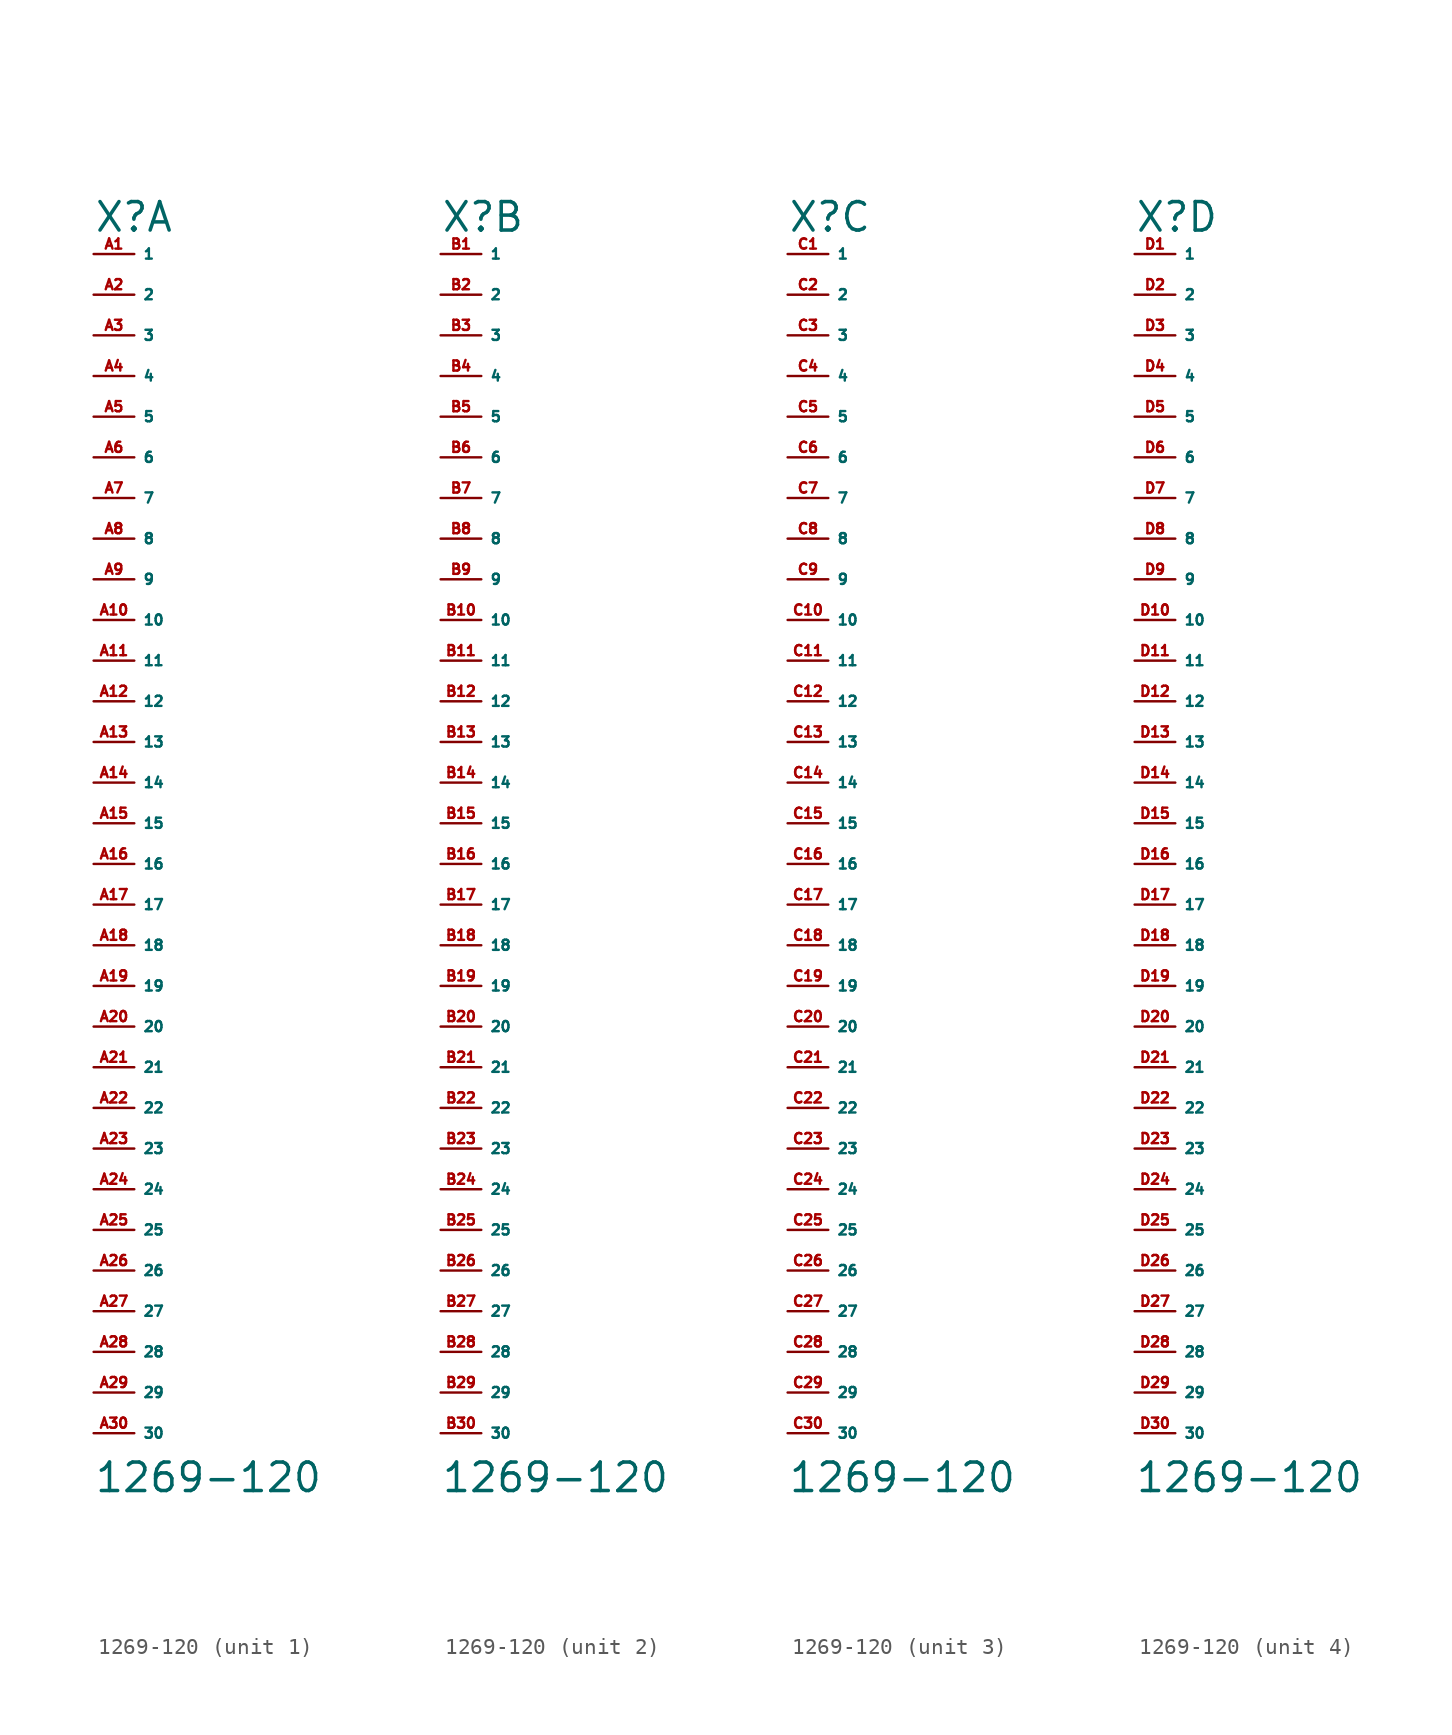
<source format=kicad_sym>
(kicad_symbol_lib
  (version 20220914)
  (generator Eagle2Kicad)
  (symbol "1269-120"
    (property "Reference" "X"
      (at -2.54 36.83 0)
      (effects (font (size 1.778 1.778) (thickness 0.22)) (justify left bottom)))
    (property "Value" "1269-120"
      (at -2.54 -41.91 0)
      (effects (font (size 1.778 1.778) (thickness 0.22)) (justify left bottom)))
    (symbol "1269-120_1_0"
      (pin passive line (at -2.54 35.56 0) (length 2.54) (name "1" (effects (font (size 0.635 0.635) (thickness 0.08)) (justify left bottom))) (number "A1" (effects (font (size 0.635 0.635) (thickness 0.08)) (justify left bottom))))
      (pin passive line (at -2.54 33.02 0) (length 2.54) (name "2" (effects (font (size 0.635 0.635) (thickness 0.08)) (justify left bottom))) (number "A2" (effects (font (size 0.635 0.635) (thickness 0.08)) (justify left bottom))))
      (pin passive line (at -2.54 30.48 0) (length 2.54) (name "3" (effects (font (size 0.635 0.635) (thickness 0.08)) (justify left bottom))) (number "A3" (effects (font (size 0.635 0.635) (thickness 0.08)) (justify left bottom))))
      (pin passive line (at -2.54 27.94 0) (length 2.54) (name "4" (effects (font (size 0.635 0.635) (thickness 0.08)) (justify left bottom))) (number "A4" (effects (font (size 0.635 0.635) (thickness 0.08)) (justify left bottom))))
      (pin passive line (at -2.54 25.4 0) (length 2.54) (name "5" (effects (font (size 0.635 0.635) (thickness 0.08)) (justify left bottom))) (number "A5" (effects (font (size 0.635 0.635) (thickness 0.08)) (justify left bottom))))
      (pin passive line (at -2.54 22.86 0) (length 2.54) (name "6" (effects (font (size 0.635 0.635) (thickness 0.08)) (justify left bottom))) (number "A6" (effects (font (size 0.635 0.635) (thickness 0.08)) (justify left bottom))))
      (pin passive line (at -2.54 20.32 0) (length 2.54) (name "7" (effects (font (size 0.635 0.635) (thickness 0.08)) (justify left bottom))) (number "A7" (effects (font (size 0.635 0.635) (thickness 0.08)) (justify left bottom))))
      (pin passive line (at -2.54 17.78 0) (length 2.54) (name "8" (effects (font (size 0.635 0.635) (thickness 0.08)) (justify left bottom))) (number "A8" (effects (font (size 0.635 0.635) (thickness 0.08)) (justify left bottom))))
      (pin passive line (at -2.54 15.24 0) (length 2.54) (name "9" (effects (font (size 0.635 0.635) (thickness 0.08)) (justify left bottom))) (number "A9" (effects (font (size 0.635 0.635) (thickness 0.08)) (justify left bottom))))
      (pin passive line (at -2.54 12.7 0) (length 2.54) (name "10" (effects (font (size 0.635 0.635) (thickness 0.08)) (justify left bottom))) (number "A10" (effects (font (size 0.635 0.635) (thickness 0.08)) (justify left bottom))))
      (pin passive line (at -2.54 10.16 0) (length 2.54) (name "11" (effects (font (size 0.635 0.635) (thickness 0.08)) (justify left bottom))) (number "A11" (effects (font (size 0.635 0.635) (thickness 0.08)) (justify left bottom))))
      (pin passive line (at -2.54 7.62 0) (length 2.54) (name "12" (effects (font (size 0.635 0.635) (thickness 0.08)) (justify left bottom))) (number "A12" (effects (font (size 0.635 0.635) (thickness 0.08)) (justify left bottom))))
      (pin passive line (at -2.54 5.08 0) (length 2.54) (name "13" (effects (font (size 0.635 0.635) (thickness 0.08)) (justify left bottom))) (number "A13" (effects (font (size 0.635 0.635) (thickness 0.08)) (justify left bottom))))
      (pin passive line (at -2.54 2.54 0) (length 2.54) (name "14" (effects (font (size 0.635 0.635) (thickness 0.08)) (justify left bottom))) (number "A14" (effects (font (size 0.635 0.635) (thickness 0.08)) (justify left bottom))))
      (pin passive line (at -2.54 0 0) (length 2.54) (name "15" (effects (font (size 0.635 0.635) (thickness 0.08)) (justify left bottom))) (number "A15" (effects (font (size 0.635 0.635) (thickness 0.08)) (justify left bottom))))
      (pin passive line (at -2.54 -2.54 0) (length 2.54) (name "16" (effects (font (size 0.635 0.635) (thickness 0.08)) (justify left bottom))) (number "A16" (effects (font (size 0.635 0.635) (thickness 0.08)) (justify left bottom))))
      (pin passive line (at -2.54 -5.08 0) (length 2.54) (name "17" (effects (font (size 0.635 0.635) (thickness 0.08)) (justify left bottom))) (number "A17" (effects (font (size 0.635 0.635) (thickness 0.08)) (justify left bottom))))
      (pin passive line (at -2.54 -7.62 0) (length 2.54) (name "18" (effects (font (size 0.635 0.635) (thickness 0.08)) (justify left bottom))) (number "A18" (effects (font (size 0.635 0.635) (thickness 0.08)) (justify left bottom))))
      (pin passive line (at -2.54 -10.16 0) (length 2.54) (name "19" (effects (font (size 0.635 0.635) (thickness 0.08)) (justify left bottom))) (number "A19" (effects (font (size 0.635 0.635) (thickness 0.08)) (justify left bottom))))
      (pin passive line (at -2.54 -12.7 0) (length 2.54) (name "20" (effects (font (size 0.635 0.635) (thickness 0.08)) (justify left bottom))) (number "A20" (effects (font (size 0.635 0.635) (thickness 0.08)) (justify left bottom))))
      (pin passive line (at -2.54 -15.24 0) (length 2.54) (name "21" (effects (font (size 0.635 0.635) (thickness 0.08)) (justify left bottom))) (number "A21" (effects (font (size 0.635 0.635) (thickness 0.08)) (justify left bottom))))
      (pin passive line (at -2.54 -17.78 0) (length 2.54) (name "22" (effects (font (size 0.635 0.635) (thickness 0.08)) (justify left bottom))) (number "A22" (effects (font (size 0.635 0.635) (thickness 0.08)) (justify left bottom))))
      (pin passive line (at -2.54 -20.32 0) (length 2.54) (name "23" (effects (font (size 0.635 0.635) (thickness 0.08)) (justify left bottom))) (number "A23" (effects (font (size 0.635 0.635) (thickness 0.08)) (justify left bottom))))
      (pin passive line (at -2.54 -22.86 0) (length 2.54) (name "24" (effects (font (size 0.635 0.635) (thickness 0.08)) (justify left bottom))) (number "A24" (effects (font (size 0.635 0.635) (thickness 0.08)) (justify left bottom))))
      (pin passive line (at -2.54 -25.4 0) (length 2.54) (name "25" (effects (font (size 0.635 0.635) (thickness 0.08)) (justify left bottom))) (number "A25" (effects (font (size 0.635 0.635) (thickness 0.08)) (justify left bottom))))
      (pin passive line (at -2.54 -27.94 0) (length 2.54) (name "26" (effects (font (size 0.635 0.635) (thickness 0.08)) (justify left bottom))) (number "A26" (effects (font (size 0.635 0.635) (thickness 0.08)) (justify left bottom))))
      (pin passive line (at -2.54 -30.48 0) (length 2.54) (name "27" (effects (font (size 0.635 0.635) (thickness 0.08)) (justify left bottom))) (number "A27" (effects (font (size 0.635 0.635) (thickness 0.08)) (justify left bottom))))
      (pin passive line (at -2.54 -33.02 0) (length 2.54) (name "28" (effects (font (size 0.635 0.635) (thickness 0.08)) (justify left bottom))) (number "A28" (effects (font (size 0.635 0.635) (thickness 0.08)) (justify left bottom))))
      (pin passive line (at -2.54 -35.56 0) (length 2.54) (name "29" (effects (font (size 0.635 0.635) (thickness 0.08)) (justify left bottom))) (number "A29" (effects (font (size 0.635 0.635) (thickness 0.08)) (justify left bottom))))
      (pin passive line (at -2.54 -38.1 0) (length 2.54) (name "30" (effects (font (size 0.635 0.635) (thickness 0.08)) (justify left bottom))) (number "A30" (effects (font (size 0.635 0.635) (thickness 0.08)) (justify left bottom)))))
    (symbol "1269-120_2_0"
      (pin passive line (at -2.54 35.56 0) (length 2.54) (name "1" (effects (font (size 0.635 0.635) (thickness 0.08)) (justify left bottom))) (number "B1" (effects (font (size 0.635 0.635) (thickness 0.08)) (justify left bottom))))
      (pin passive line (at -2.54 33.02 0) (length 2.54) (name "2" (effects (font (size 0.635 0.635) (thickness 0.08)) (justify left bottom))) (number "B2" (effects (font (size 0.635 0.635) (thickness 0.08)) (justify left bottom))))
      (pin passive line (at -2.54 30.48 0) (length 2.54) (name "3" (effects (font (size 0.635 0.635) (thickness 0.08)) (justify left bottom))) (number "B3" (effects (font (size 0.635 0.635) (thickness 0.08)) (justify left bottom))))
      (pin passive line (at -2.54 27.94 0) (length 2.54) (name "4" (effects (font (size 0.635 0.635) (thickness 0.08)) (justify left bottom))) (number "B4" (effects (font (size 0.635 0.635) (thickness 0.08)) (justify left bottom))))
      (pin passive line (at -2.54 25.4 0) (length 2.54) (name "5" (effects (font (size 0.635 0.635) (thickness 0.08)) (justify left bottom))) (number "B5" (effects (font (size 0.635 0.635) (thickness 0.08)) (justify left bottom))))
      (pin passive line (at -2.54 22.86 0) (length 2.54) (name "6" (effects (font (size 0.635 0.635) (thickness 0.08)) (justify left bottom))) (number "B6" (effects (font (size 0.635 0.635) (thickness 0.08)) (justify left bottom))))
      (pin passive line (at -2.54 20.32 0) (length 2.54) (name "7" (effects (font (size 0.635 0.635) (thickness 0.08)) (justify left bottom))) (number "B7" (effects (font (size 0.635 0.635) (thickness 0.08)) (justify left bottom))))
      (pin passive line (at -2.54 17.78 0) (length 2.54) (name "8" (effects (font (size 0.635 0.635) (thickness 0.08)) (justify left bottom))) (number "B8" (effects (font (size 0.635 0.635) (thickness 0.08)) (justify left bottom))))
      (pin passive line (at -2.54 15.24 0) (length 2.54) (name "9" (effects (font (size 0.635 0.635) (thickness 0.08)) (justify left bottom))) (number "B9" (effects (font (size 0.635 0.635) (thickness 0.08)) (justify left bottom))))
      (pin passive line (at -2.54 12.7 0) (length 2.54) (name "10" (effects (font (size 0.635 0.635) (thickness 0.08)) (justify left bottom))) (number "B10" (effects (font (size 0.635 0.635) (thickness 0.08)) (justify left bottom))))
      (pin passive line (at -2.54 10.16 0) (length 2.54) (name "11" (effects (font (size 0.635 0.635) (thickness 0.08)) (justify left bottom))) (number "B11" (effects (font (size 0.635 0.635) (thickness 0.08)) (justify left bottom))))
      (pin passive line (at -2.54 7.62 0) (length 2.54) (name "12" (effects (font (size 0.635 0.635) (thickness 0.08)) (justify left bottom))) (number "B12" (effects (font (size 0.635 0.635) (thickness 0.08)) (justify left bottom))))
      (pin passive line (at -2.54 5.08 0) (length 2.54) (name "13" (effects (font (size 0.635 0.635) (thickness 0.08)) (justify left bottom))) (number "B13" (effects (font (size 0.635 0.635) (thickness 0.08)) (justify left bottom))))
      (pin passive line (at -2.54 2.54 0) (length 2.54) (name "14" (effects (font (size 0.635 0.635) (thickness 0.08)) (justify left bottom))) (number "B14" (effects (font (size 0.635 0.635) (thickness 0.08)) (justify left bottom))))
      (pin passive line (at -2.54 0 0) (length 2.54) (name "15" (effects (font (size 0.635 0.635) (thickness 0.08)) (justify left bottom))) (number "B15" (effects (font (size 0.635 0.635) (thickness 0.08)) (justify left bottom))))
      (pin passive line (at -2.54 -2.54 0) (length 2.54) (name "16" (effects (font (size 0.635 0.635) (thickness 0.08)) (justify left bottom))) (number "B16" (effects (font (size 0.635 0.635) (thickness 0.08)) (justify left bottom))))
      (pin passive line (at -2.54 -5.08 0) (length 2.54) (name "17" (effects (font (size 0.635 0.635) (thickness 0.08)) (justify left bottom))) (number "B17" (effects (font (size 0.635 0.635) (thickness 0.08)) (justify left bottom))))
      (pin passive line (at -2.54 -7.62 0) (length 2.54) (name "18" (effects (font (size 0.635 0.635) (thickness 0.08)) (justify left bottom))) (number "B18" (effects (font (size 0.635 0.635) (thickness 0.08)) (justify left bottom))))
      (pin passive line (at -2.54 -10.16 0) (length 2.54) (name "19" (effects (font (size 0.635 0.635) (thickness 0.08)) (justify left bottom))) (number "B19" (effects (font (size 0.635 0.635) (thickness 0.08)) (justify left bottom))))
      (pin passive line (at -2.54 -12.7 0) (length 2.54) (name "20" (effects (font (size 0.635 0.635) (thickness 0.08)) (justify left bottom))) (number "B20" (effects (font (size 0.635 0.635) (thickness 0.08)) (justify left bottom))))
      (pin passive line (at -2.54 -15.24 0) (length 2.54) (name "21" (effects (font (size 0.635 0.635) (thickness 0.08)) (justify left bottom))) (number "B21" (effects (font (size 0.635 0.635) (thickness 0.08)) (justify left bottom))))
      (pin passive line (at -2.54 -17.78 0) (length 2.54) (name "22" (effects (font (size 0.635 0.635) (thickness 0.08)) (justify left bottom))) (number "B22" (effects (font (size 0.635 0.635) (thickness 0.08)) (justify left bottom))))
      (pin passive line (at -2.54 -20.32 0) (length 2.54) (name "23" (effects (font (size 0.635 0.635) (thickness 0.08)) (justify left bottom))) (number "B23" (effects (font (size 0.635 0.635) (thickness 0.08)) (justify left bottom))))
      (pin passive line (at -2.54 -22.86 0) (length 2.54) (name "24" (effects (font (size 0.635 0.635) (thickness 0.08)) (justify left bottom))) (number "B24" (effects (font (size 0.635 0.635) (thickness 0.08)) (justify left bottom))))
      (pin passive line (at -2.54 -25.4 0) (length 2.54) (name "25" (effects (font (size 0.635 0.635) (thickness 0.08)) (justify left bottom))) (number "B25" (effects (font (size 0.635 0.635) (thickness 0.08)) (justify left bottom))))
      (pin passive line (at -2.54 -27.94 0) (length 2.54) (name "26" (effects (font (size 0.635 0.635) (thickness 0.08)) (justify left bottom))) (number "B26" (effects (font (size 0.635 0.635) (thickness 0.08)) (justify left bottom))))
      (pin passive line (at -2.54 -30.48 0) (length 2.54) (name "27" (effects (font (size 0.635 0.635) (thickness 0.08)) (justify left bottom))) (number "B27" (effects (font (size 0.635 0.635) (thickness 0.08)) (justify left bottom))))
      (pin passive line (at -2.54 -33.02 0) (length 2.54) (name "28" (effects (font (size 0.635 0.635) (thickness 0.08)) (justify left bottom))) (number "B28" (effects (font (size 0.635 0.635) (thickness 0.08)) (justify left bottom))))
      (pin passive line (at -2.54 -35.56 0) (length 2.54) (name "29" (effects (font (size 0.635 0.635) (thickness 0.08)) (justify left bottom))) (number "B29" (effects (font (size 0.635 0.635) (thickness 0.08)) (justify left bottom))))
      (pin passive line (at -2.54 -38.1 0) (length 2.54) (name "30" (effects (font (size 0.635 0.635) (thickness 0.08)) (justify left bottom))) (number "B30" (effects (font (size 0.635 0.635) (thickness 0.08)) (justify left bottom)))))
    (symbol "1269-120_3_0"
      (pin passive line (at -2.54 35.56 0) (length 2.54) (name "1" (effects (font (size 0.635 0.635) (thickness 0.08)) (justify left bottom))) (number "C1" (effects (font (size 0.635 0.635) (thickness 0.08)) (justify left bottom))))
      (pin passive line (at -2.54 33.02 0) (length 2.54) (name "2" (effects (font (size 0.635 0.635) (thickness 0.08)) (justify left bottom))) (number "C2" (effects (font (size 0.635 0.635) (thickness 0.08)) (justify left bottom))))
      (pin passive line (at -2.54 30.48 0) (length 2.54) (name "3" (effects (font (size 0.635 0.635) (thickness 0.08)) (justify left bottom))) (number "C3" (effects (font (size 0.635 0.635) (thickness 0.08)) (justify left bottom))))
      (pin passive line (at -2.54 27.94 0) (length 2.54) (name "4" (effects (font (size 0.635 0.635) (thickness 0.08)) (justify left bottom))) (number "C4" (effects (font (size 0.635 0.635) (thickness 0.08)) (justify left bottom))))
      (pin passive line (at -2.54 25.4 0) (length 2.54) (name "5" (effects (font (size 0.635 0.635) (thickness 0.08)) (justify left bottom))) (number "C5" (effects (font (size 0.635 0.635) (thickness 0.08)) (justify left bottom))))
      (pin passive line (at -2.54 22.86 0) (length 2.54) (name "6" (effects (font (size 0.635 0.635) (thickness 0.08)) (justify left bottom))) (number "C6" (effects (font (size 0.635 0.635) (thickness 0.08)) (justify left bottom))))
      (pin passive line (at -2.54 20.32 0) (length 2.54) (name "7" (effects (font (size 0.635 0.635) (thickness 0.08)) (justify left bottom))) (number "C7" (effects (font (size 0.635 0.635) (thickness 0.08)) (justify left bottom))))
      (pin passive line (at -2.54 17.78 0) (length 2.54) (name "8" (effects (font (size 0.635 0.635) (thickness 0.08)) (justify left bottom))) (number "C8" (effects (font (size 0.635 0.635) (thickness 0.08)) (justify left bottom))))
      (pin passive line (at -2.54 15.24 0) (length 2.54) (name "9" (effects (font (size 0.635 0.635) (thickness 0.08)) (justify left bottom))) (number "C9" (effects (font (size 0.635 0.635) (thickness 0.08)) (justify left bottom))))
      (pin passive line (at -2.54 12.7 0) (length 2.54) (name "10" (effects (font (size 0.635 0.635) (thickness 0.08)) (justify left bottom))) (number "C10" (effects (font (size 0.635 0.635) (thickness 0.08)) (justify left bottom))))
      (pin passive line (at -2.54 10.16 0) (length 2.54) (name "11" (effects (font (size 0.635 0.635) (thickness 0.08)) (justify left bottom))) (number "C11" (effects (font (size 0.635 0.635) (thickness 0.08)) (justify left bottom))))
      (pin passive line (at -2.54 7.62 0) (length 2.54) (name "12" (effects (font (size 0.635 0.635) (thickness 0.08)) (justify left bottom))) (number "C12" (effects (font (size 0.635 0.635) (thickness 0.08)) (justify left bottom))))
      (pin passive line (at -2.54 5.08 0) (length 2.54) (name "13" (effects (font (size 0.635 0.635) (thickness 0.08)) (justify left bottom))) (number "C13" (effects (font (size 0.635 0.635) (thickness 0.08)) (justify left bottom))))
      (pin passive line (at -2.54 2.54 0) (length 2.54) (name "14" (effects (font (size 0.635 0.635) (thickness 0.08)) (justify left bottom))) (number "C14" (effects (font (size 0.635 0.635) (thickness 0.08)) (justify left bottom))))
      (pin passive line (at -2.54 0 0) (length 2.54) (name "15" (effects (font (size 0.635 0.635) (thickness 0.08)) (justify left bottom))) (number "C15" (effects (font (size 0.635 0.635) (thickness 0.08)) (justify left bottom))))
      (pin passive line (at -2.54 -2.54 0) (length 2.54) (name "16" (effects (font (size 0.635 0.635) (thickness 0.08)) (justify left bottom))) (number "C16" (effects (font (size 0.635 0.635) (thickness 0.08)) (justify left bottom))))
      (pin passive line (at -2.54 -5.08 0) (length 2.54) (name "17" (effects (font (size 0.635 0.635) (thickness 0.08)) (justify left bottom))) (number "C17" (effects (font (size 0.635 0.635) (thickness 0.08)) (justify left bottom))))
      (pin passive line (at -2.54 -7.62 0) (length 2.54) (name "18" (effects (font (size 0.635 0.635) (thickness 0.08)) (justify left bottom))) (number "C18" (effects (font (size 0.635 0.635) (thickness 0.08)) (justify left bottom))))
      (pin passive line (at -2.54 -10.16 0) (length 2.54) (name "19" (effects (font (size 0.635 0.635) (thickness 0.08)) (justify left bottom))) (number "C19" (effects (font (size 0.635 0.635) (thickness 0.08)) (justify left bottom))))
      (pin passive line (at -2.54 -12.7 0) (length 2.54) (name "20" (effects (font (size 0.635 0.635) (thickness 0.08)) (justify left bottom))) (number "C20" (effects (font (size 0.635 0.635) (thickness 0.08)) (justify left bottom))))
      (pin passive line (at -2.54 -15.24 0) (length 2.54) (name "21" (effects (font (size 0.635 0.635) (thickness 0.08)) (justify left bottom))) (number "C21" (effects (font (size 0.635 0.635) (thickness 0.08)) (justify left bottom))))
      (pin passive line (at -2.54 -17.78 0) (length 2.54) (name "22" (effects (font (size 0.635 0.635) (thickness 0.08)) (justify left bottom))) (number "C22" (effects (font (size 0.635 0.635) (thickness 0.08)) (justify left bottom))))
      (pin passive line (at -2.54 -20.32 0) (length 2.54) (name "23" (effects (font (size 0.635 0.635) (thickness 0.08)) (justify left bottom))) (number "C23" (effects (font (size 0.635 0.635) (thickness 0.08)) (justify left bottom))))
      (pin passive line (at -2.54 -22.86 0) (length 2.54) (name "24" (effects (font (size 0.635 0.635) (thickness 0.08)) (justify left bottom))) (number "C24" (effects (font (size 0.635 0.635) (thickness 0.08)) (justify left bottom))))
      (pin passive line (at -2.54 -25.4 0) (length 2.54) (name "25" (effects (font (size 0.635 0.635) (thickness 0.08)) (justify left bottom))) (number "C25" (effects (font (size 0.635 0.635) (thickness 0.08)) (justify left bottom))))
      (pin passive line (at -2.54 -27.94 0) (length 2.54) (name "26" (effects (font (size 0.635 0.635) (thickness 0.08)) (justify left bottom))) (number "C26" (effects (font (size 0.635 0.635) (thickness 0.08)) (justify left bottom))))
      (pin passive line (at -2.54 -30.48 0) (length 2.54) (name "27" (effects (font (size 0.635 0.635) (thickness 0.08)) (justify left bottom))) (number "C27" (effects (font (size 0.635 0.635) (thickness 0.08)) (justify left bottom))))
      (pin passive line (at -2.54 -33.02 0) (length 2.54) (name "28" (effects (font (size 0.635 0.635) (thickness 0.08)) (justify left bottom))) (number "C28" (effects (font (size 0.635 0.635) (thickness 0.08)) (justify left bottom))))
      (pin passive line (at -2.54 -35.56 0) (length 2.54) (name "29" (effects (font (size 0.635 0.635) (thickness 0.08)) (justify left bottom))) (number "C29" (effects (font (size 0.635 0.635) (thickness 0.08)) (justify left bottom))))
      (pin passive line (at -2.54 -38.1 0) (length 2.54) (name "30" (effects (font (size 0.635 0.635) (thickness 0.08)) (justify left bottom))) (number "C30" (effects (font (size 0.635 0.635) (thickness 0.08)) (justify left bottom)))))
    (symbol "1269-120_4_0"
      (pin passive line (at -2.54 35.56 0) (length 2.54) (name "1" (effects (font (size 0.635 0.635) (thickness 0.08)) (justify left bottom))) (number "D1" (effects (font (size 0.635 0.635) (thickness 0.08)) (justify left bottom))))
      (pin passive line (at -2.54 33.02 0) (length 2.54) (name "2" (effects (font (size 0.635 0.635) (thickness 0.08)) (justify left bottom))) (number "D2" (effects (font (size 0.635 0.635) (thickness 0.08)) (justify left bottom))))
      (pin passive line (at -2.54 30.48 0) (length 2.54) (name "3" (effects (font (size 0.635 0.635) (thickness 0.08)) (justify left bottom))) (number "D3" (effects (font (size 0.635 0.635) (thickness 0.08)) (justify left bottom))))
      (pin passive line (at -2.54 27.94 0) (length 2.54) (name "4" (effects (font (size 0.635 0.635) (thickness 0.08)) (justify left bottom))) (number "D4" (effects (font (size 0.635 0.635) (thickness 0.08)) (justify left bottom))))
      (pin passive line (at -2.54 25.4 0) (length 2.54) (name "5" (effects (font (size 0.635 0.635) (thickness 0.08)) (justify left bottom))) (number "D5" (effects (font (size 0.635 0.635) (thickness 0.08)) (justify left bottom))))
      (pin passive line (at -2.54 22.86 0) (length 2.54) (name "6" (effects (font (size 0.635 0.635) (thickness 0.08)) (justify left bottom))) (number "D6" (effects (font (size 0.635 0.635) (thickness 0.08)) (justify left bottom))))
      (pin passive line (at -2.54 20.32 0) (length 2.54) (name "7" (effects (font (size 0.635 0.635) (thickness 0.08)) (justify left bottom))) (number "D7" (effects (font (size 0.635 0.635) (thickness 0.08)) (justify left bottom))))
      (pin passive line (at -2.54 17.78 0) (length 2.54) (name "8" (effects (font (size 0.635 0.635) (thickness 0.08)) (justify left bottom))) (number "D8" (effects (font (size 0.635 0.635) (thickness 0.08)) (justify left bottom))))
      (pin passive line (at -2.54 15.24 0) (length 2.54) (name "9" (effects (font (size 0.635 0.635) (thickness 0.08)) (justify left bottom))) (number "D9" (effects (font (size 0.635 0.635) (thickness 0.08)) (justify left bottom))))
      (pin passive line (at -2.54 12.7 0) (length 2.54) (name "10" (effects (font (size 0.635 0.635) (thickness 0.08)) (justify left bottom))) (number "D10" (effects (font (size 0.635 0.635) (thickness 0.08)) (justify left bottom))))
      (pin passive line (at -2.54 10.16 0) (length 2.54) (name "11" (effects (font (size 0.635 0.635) (thickness 0.08)) (justify left bottom))) (number "D11" (effects (font (size 0.635 0.635) (thickness 0.08)) (justify left bottom))))
      (pin passive line (at -2.54 7.62 0) (length 2.54) (name "12" (effects (font (size 0.635 0.635) (thickness 0.08)) (justify left bottom))) (number "D12" (effects (font (size 0.635 0.635) (thickness 0.08)) (justify left bottom))))
      (pin passive line (at -2.54 5.08 0) (length 2.54) (name "13" (effects (font (size 0.635 0.635) (thickness 0.08)) (justify left bottom))) (number "D13" (effects (font (size 0.635 0.635) (thickness 0.08)) (justify left bottom))))
      (pin passive line (at -2.54 2.54 0) (length 2.54) (name "14" (effects (font (size 0.635 0.635) (thickness 0.08)) (justify left bottom))) (number "D14" (effects (font (size 0.635 0.635) (thickness 0.08)) (justify left bottom))))
      (pin passive line (at -2.54 0 0) (length 2.54) (name "15" (effects (font (size 0.635 0.635) (thickness 0.08)) (justify left bottom))) (number "D15" (effects (font (size 0.635 0.635) (thickness 0.08)) (justify left bottom))))
      (pin passive line (at -2.54 -2.54 0) (length 2.54) (name "16" (effects (font (size 0.635 0.635) (thickness 0.08)) (justify left bottom))) (number "D16" (effects (font (size 0.635 0.635) (thickness 0.08)) (justify left bottom))))
      (pin passive line (at -2.54 -5.08 0) (length 2.54) (name "17" (effects (font (size 0.635 0.635) (thickness 0.08)) (justify left bottom))) (number "D17" (effects (font (size 0.635 0.635) (thickness 0.08)) (justify left bottom))))
      (pin passive line (at -2.54 -7.62 0) (length 2.54) (name "18" (effects (font (size 0.635 0.635) (thickness 0.08)) (justify left bottom))) (number "D18" (effects (font (size 0.635 0.635) (thickness 0.08)) (justify left bottom))))
      (pin passive line (at -2.54 -10.16 0) (length 2.54) (name "19" (effects (font (size 0.635 0.635) (thickness 0.08)) (justify left bottom))) (number "D19" (effects (font (size 0.635 0.635) (thickness 0.08)) (justify left bottom))))
      (pin passive line (at -2.54 -12.7 0) (length 2.54) (name "20" (effects (font (size 0.635 0.635) (thickness 0.08)) (justify left bottom))) (number "D20" (effects (font (size 0.635 0.635) (thickness 0.08)) (justify left bottom))))
      (pin passive line (at -2.54 -15.24 0) (length 2.54) (name "21" (effects (font (size 0.635 0.635) (thickness 0.08)) (justify left bottom))) (number "D21" (effects (font (size 0.635 0.635) (thickness 0.08)) (justify left bottom))))
      (pin passive line (at -2.54 -17.78 0) (length 2.54) (name "22" (effects (font (size 0.635 0.635) (thickness 0.08)) (justify left bottom))) (number "D22" (effects (font (size 0.635 0.635) (thickness 0.08)) (justify left bottom))))
      (pin passive line (at -2.54 -20.32 0) (length 2.54) (name "23" (effects (font (size 0.635 0.635) (thickness 0.08)) (justify left bottom))) (number "D23" (effects (font (size 0.635 0.635) (thickness 0.08)) (justify left bottom))))
      (pin passive line (at -2.54 -22.86 0) (length 2.54) (name "24" (effects (font (size 0.635 0.635) (thickness 0.08)) (justify left bottom))) (number "D24" (effects (font (size 0.635 0.635) (thickness 0.08)) (justify left bottom))))
      (pin passive line (at -2.54 -25.4 0) (length 2.54) (name "25" (effects (font (size 0.635 0.635) (thickness 0.08)) (justify left bottom))) (number "D25" (effects (font (size 0.635 0.635) (thickness 0.08)) (justify left bottom))))
      (pin passive line (at -2.54 -27.94 0) (length 2.54) (name "26" (effects (font (size 0.635 0.635) (thickness 0.08)) (justify left bottom))) (number "D26" (effects (font (size 0.635 0.635) (thickness 0.08)) (justify left bottom))))
      (pin passive line (at -2.54 -30.48 0) (length 2.54) (name "27" (effects (font (size 0.635 0.635) (thickness 0.08)) (justify left bottom))) (number "D27" (effects (font (size 0.635 0.635) (thickness 0.08)) (justify left bottom))))
      (pin passive line (at -2.54 -33.02 0) (length 2.54) (name "28" (effects (font (size 0.635 0.635) (thickness 0.08)) (justify left bottom))) (number "D28" (effects (font (size 0.635 0.635) (thickness 0.08)) (justify left bottom))))
      (pin passive line (at -2.54 -35.56 0) (length 2.54) (name "29" (effects (font (size 0.635 0.635) (thickness 0.08)) (justify left bottom))) (number "D29" (effects (font (size 0.635 0.635) (thickness 0.08)) (justify left bottom))))
      (pin passive line (at -2.54 -38.1 0) (length 2.54) (name "30" (effects (font (size 0.635 0.635) (thickness 0.08)) (justify left bottom))) (number "D30" (effects (font (size 0.635 0.635) (thickness 0.08)) (justify left bottom)))))))
</source>
